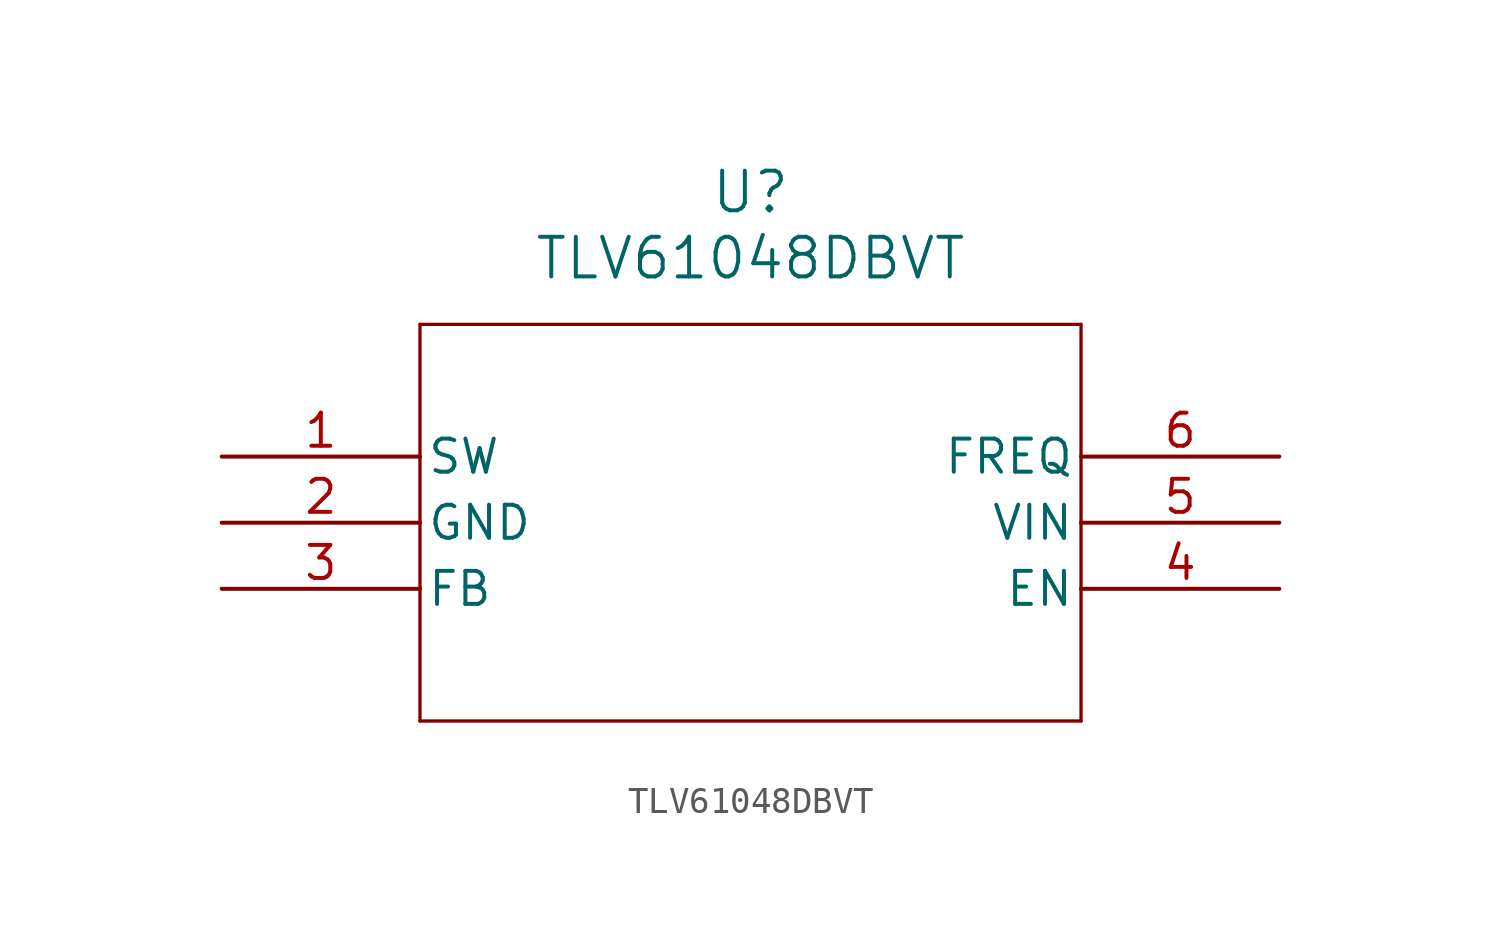
<source format=kicad_sym>
(kicad_symbol_lib
  (version 20211014)
  (generator kicad_symbol_editor)
  (symbol "TLV61048DBVT"
    (pin_names
      (offset 0.254))
    (property "Reference" "U"
      (at 20.32 10.16 0)
      (effects (font (size 1.524 1.524))))
    (property "Value" "TLV61048DBVT"
      (at 20.32 7.62 0)
      (effects (font (size 1.524 1.524))))
    (symbol "TLV61048DBVT_0_1"
      (polyline (pts (xy 7.62 5.08) (xy 7.62 -10.16)) (stroke (width 0.127) (type default) (color 0 0 0 0)) (fill (type none)))
      (polyline (pts (xy 7.62 -10.16) (xy 33.02 -10.16)) (stroke (width 0.127) (type default) (color 0 0 0 0)) (fill (type none)))
      (polyline (pts (xy 33.02 -10.16) (xy 33.02 5.08)) (stroke (width 0.127) (type default) (color 0 0 0 0)) (fill (type none)))
      (polyline (pts (xy 33.02 5.08) (xy 7.62 5.08)) (stroke (width 0.127) (type default) (color 0 0 0 0)) (fill (type none)))
      (pin power_in line (at 0 0 0) (length 7.62) (name "SW" (effects (font (size 1.27 1.27)))) (number "1" (effects (font (size 1.27 1.27)))))
      (pin power_out line (at 0 -2.54 0) (length 7.62) (name "GND" (effects (font (size 1.27 1.27)))) (number "2" (effects (font (size 1.27 1.27)))))
      (pin input line (at 0 -5.08 0) (length 7.62) (name "FB" (effects (font (size 1.27 1.27)))) (number "3" (effects (font (size 1.27 1.27)))))
      (pin input line (at 40.64 -5.08 180) (length 7.62) (name "EN" (effects (font (size 1.27 1.27)))) (number "4" (effects (font (size 1.27 1.27)))))
      (pin input line (at 40.64 -2.54 180) (length 7.62) (name "VIN" (effects (font (size 1.27 1.27)))) (number "5" (effects (font (size 1.27 1.27)))))
      (pin input line (at 40.64 0 180) (length 7.62) (name "FREQ" (effects (font (size 1.27 1.27)))) (number "6" (effects (font (size 1.27 1.27))))))))
</source>
